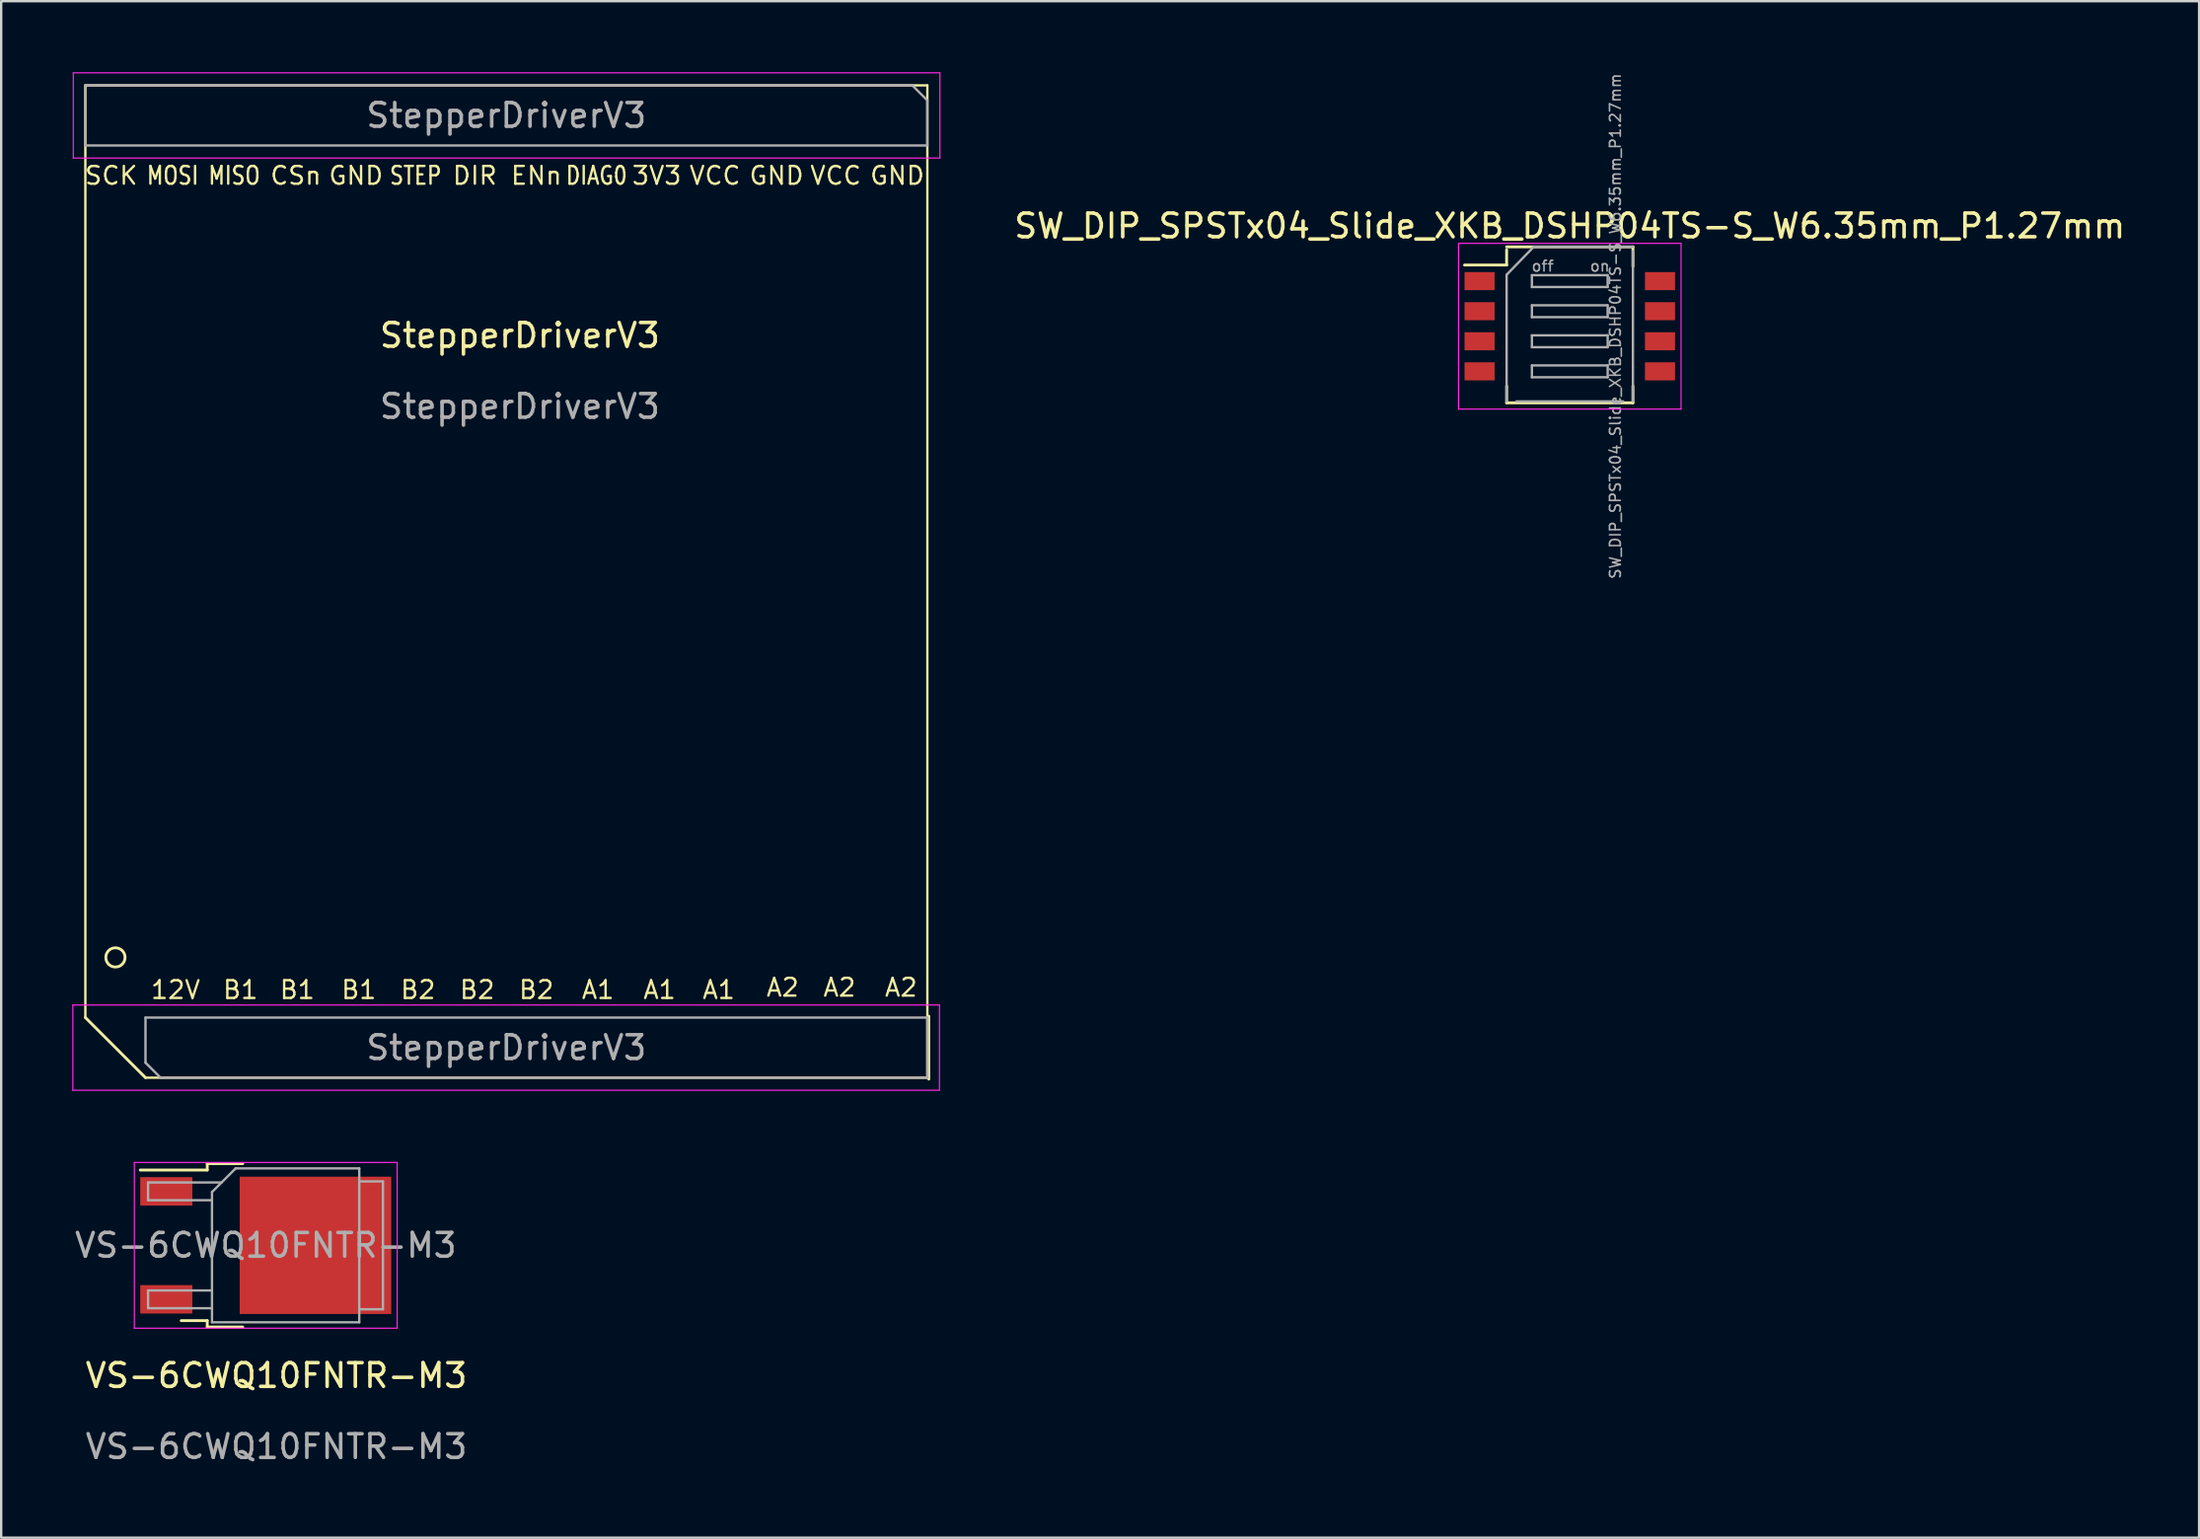
<source format=kicad_pcb>
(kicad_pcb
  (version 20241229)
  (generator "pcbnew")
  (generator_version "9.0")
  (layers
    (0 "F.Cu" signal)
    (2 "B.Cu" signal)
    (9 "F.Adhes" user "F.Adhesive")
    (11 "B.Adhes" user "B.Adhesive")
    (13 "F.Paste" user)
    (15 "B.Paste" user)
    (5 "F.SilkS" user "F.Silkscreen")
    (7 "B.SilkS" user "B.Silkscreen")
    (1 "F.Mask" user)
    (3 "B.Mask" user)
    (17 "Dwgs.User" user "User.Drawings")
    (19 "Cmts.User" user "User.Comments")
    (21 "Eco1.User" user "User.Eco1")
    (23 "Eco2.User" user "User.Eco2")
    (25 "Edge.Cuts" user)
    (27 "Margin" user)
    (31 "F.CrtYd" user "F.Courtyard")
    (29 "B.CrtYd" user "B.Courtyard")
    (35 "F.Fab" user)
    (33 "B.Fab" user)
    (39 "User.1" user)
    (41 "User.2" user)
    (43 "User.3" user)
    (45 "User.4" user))
  (footprint "VS-6CWQ10FNTR-M3"
    (layer "F.Cu")
    (at 8.623 49.545)
    (property "Reference" "VS-6CWQ10FNTR-M3" (at 0 5.5 0) (unlocked yes) (layer "F.SilkS") (effects (font (size 1 1) (thickness 0.15))))
    (attr smd)
    (fp_line (start -2.92 -3.45) (end -2.92 -3.18) (stroke (width 0.12) (type solid)) (layer "F.SilkS"))
    (fp_line (start -2.92 -3.18) (end -5.75 -3.18) (stroke (width 0.12) (type solid)) (layer "F.SilkS"))
    (fp_line (start -2.92 3.18) (end -4.02 3.18) (stroke (width 0.12) (type solid)) (layer "F.SilkS"))
    (fp_line (start -2.92 3.45) (end -2.92 3.18) (stroke (width 0.12) (type solid)) (layer "F.SilkS"))
    (fp_line (start -1.42 -3.45) (end -2.92 -3.45) (stroke (width 0.12) (type solid)) (layer "F.SilkS"))
    (fp_line (start -1.42 3.45) (end -2.92 3.45) (stroke (width 0.12) (type solid)) (layer "F.SilkS"))
    (fp_line (start -6 -3.5) (end -6 3.5) (stroke (width 0.05) (type solid)) (layer "F.CrtYd"))
    (fp_line (start -6 3.5) (end 5.1 3.5) (stroke (width 0.05) (type solid)) (layer "F.CrtYd"))
    (fp_line (start 5.1 -3.5) (end -6 -3.5) (stroke (width 0.05) (type solid)) (layer "F.CrtYd"))
    (fp_line (start 5.1 3.5) (end 5.1 -3.5) (stroke (width 0.05) (type solid)) (layer "F.CrtYd"))
    (fp_line (start -5.42 -2.655) (end -5.42 -1.905) (stroke (width 0.1) (type solid)) (layer "F.Fab"))
    (fp_line (start -5.42 -1.905) (end -2.72 -1.905) (stroke (width 0.1) (type solid)) (layer "F.Fab"))
    (fp_line (start -5.42 1.905) (end -5.42 2.655) (stroke (width 0.1) (type solid)) (layer "F.Fab"))
    (fp_line (start -5.42 2.655) (end -2.72 2.655) (stroke (width 0.1) (type solid)) (layer "F.Fab"))
    (fp_line (start -2.72 -2.25) (end -1.72 -3.25) (stroke (width 0.1) (type solid)) (layer "F.Fab"))
    (fp_line (start -2.72 1.905) (end -5.42 1.905) (stroke (width 0.1) (type solid)) (layer "F.Fab"))
    (fp_line (start -2.72 3.25) (end -2.72 -2.25) (stroke (width 0.1) (type solid)) (layer "F.Fab"))
    (fp_line (start -2.315 -2.655) (end -5.42 -2.655) (stroke (width 0.1) (type solid)) (layer "F.Fab"))
    (fp_line (start -1.72 -3.25) (end 3.5 -3.25) (stroke (width 0.1) (type solid)) (layer "F.Fab"))
    (fp_line (start 3.5 -3.25) (end 3.5 3.25) (stroke (width 0.1) (type solid)) (layer "F.Fab"))
    (fp_line (start 3.5 -2.7) (end 4.5 -2.7) (stroke (width 0.1) (type solid)) (layer "F.Fab"))
    (fp_line (start 3.5 3.25) (end -2.72 3.25) (stroke (width 0.1) (type solid)) (layer "F.Fab"))
    (fp_line (start 4.5 -2.7) (end 4.5 2.7) (stroke (width 0.1) (type solid)) (layer "F.Fab"))
    (fp_line (start 4.5 2.7) (end 3.5 2.7) (stroke (width 0.1) (type solid)) (layer "F.Fab"))
    (fp_text user "${REFERENCE}" (at -0.45 0 0) (layer "F.Fab") (effects (font (size 1 1) (thickness 0.15))))
    (fp_text user "${REFERENCE}" (at 0 8.5 0) (unlocked yes) (layer "F.Fab") (effects (font (size 1 1) (thickness 0.15))))
    (pad "" smd rect (at -0.025 -1.525) (size 3.05 2.75) (layers "F.Paste"))
    (pad "" smd rect (at -0.025 1.525) (size 3.05 2.75) (layers "F.Paste"))
    (pad "" smd rect (at 3.325 -1.525) (size 3.05 2.75) (layers "F.Paste"))
    (pad "" smd rect (at 3.325 1.525) (size 3.05 2.75) (layers "F.Paste"))
    (pad "1" smd rect (at 1.65 0) (size 6.4 5.8) (layers "F.Cu" "F.Mask"))
    (pad "2" smd rect (at -4.65 -2.28) (size 2.2 1.2) (layers "F.Cu" "F.Mask" "F.Paste"))
    (pad "2" smd rect (at -4.65 2.28) (size 2.2 1.2) (layers "F.Cu" "F.Mask" "F.Paste")))
  (footprint "StepperDriverV3"
    (layer "F.Cu")
    (at 1.825 41.195)
    (property "Reference" "StepperDriverV3" (at 17.08 -30.08 0) (unlocked yes) (layer "F.SilkS") (effects (font (size 1 1) (thickness 0.15))))
    (attr through_hole)
    (fp_line (start -1.27 -40.64) (end 34.29 -40.64) (stroke (width 0.1) (type solid)) (layer "F.SilkS"))
    (fp_line (start -1.27 -1.27) (end -1.27 -40.64) (stroke (width 0.1) (type solid)) (layer "F.SilkS"))
    (fp_line (start -1.27 -1.27) (end 1.27 1.27) (stroke (width 0.12) (type solid)) (layer "F.SilkS"))
    (fp_line (start 34.29 -40.64) (end 34.29 1.27) (stroke (width 0.1) (type solid)) (layer "F.SilkS"))
    (fp_line (start 34.29 1.27) (end 1.27 1.27) (stroke (width 0.1) (type solid)) (layer "F.SilkS"))
    (fp_line (start 34.35 1.33) (end 34.35 -1.33) (stroke (width 0.12) (type solid)) (layer "F.SilkS"))
    (fp_circle (center 0 -3.81) (end 0.406 -3.81) (stroke (width 0.12) (type solid)) (fill no) (layer "F.SilkS"))
    (fp_line (start -1.8 -1.8) (end -1.8 1.8) (stroke (width 0.05) (type solid)) (layer "F.CrtYd"))
    (fp_line (start -1.8 1.8) (end 34.8 1.8) (stroke (width 0.05) (type solid)) (layer "F.CrtYd"))
    (fp_line (start -1.78 -41.17) (end -1.78 -37.57) (stroke (width 0.05) (type solid)) (layer "F.CrtYd"))
    (fp_line (start -1.78 -37.57) (end 34.82 -37.57) (stroke (width 0.05) (type solid)) (layer "F.CrtYd"))
    (fp_line (start 34.8 -1.8) (end -1.8 -1.8) (stroke (width 0.05) (type solid)) (layer "F.CrtYd"))
    (fp_line (start 34.8 1.8) (end 34.8 -1.8) (stroke (width 0.05) (type solid)) (layer "F.CrtYd"))
    (fp_line (start 34.82 -41.17) (end -1.78 -41.17) (stroke (width 0.05) (type solid)) (layer "F.CrtYd"))
    (fp_line (start 34.82 -37.57) (end 34.82 -41.17) (stroke (width 0.05) (type solid)) (layer "F.CrtYd"))
    (fp_line (start -1.27 -40.64) (end 33.655 -40.64) (stroke (width 0.1) (type solid)) (layer "F.Fab"))
    (fp_line (start -1.27 -38.1) (end -1.27 -40.64) (stroke (width 0.1) (type solid)) (layer "F.Fab"))
    (fp_line (start 1.27 -1.27) (end 34.29 -1.27) (stroke (width 0.1) (type solid)) (layer "F.Fab"))
    (fp_line (start 1.27 0.635) (end 1.27 -1.27) (stroke (width 0.1) (type solid)) (layer "F.Fab"))
    (fp_line (start 1.905 1.27) (end 1.27 0.635) (stroke (width 0.1) (type solid)) (layer "F.Fab"))
    (fp_line (start 33.655 -40.64) (end 34.29 -40.005) (stroke (width 0.1) (type solid)) (layer "F.Fab"))
    (fp_line (start 34.29 -40.005) (end 34.29 -38.1) (stroke (width 0.1) (type solid)) (layer "F.Fab"))
    (fp_line (start 34.29 -38.1) (end -1.27 -38.1) (stroke (width 0.1) (type solid)) (layer "F.Fab"))
    (fp_line (start 34.29 -1.27) (end 34.29 1.27) (stroke (width 0.1) (type solid)) (layer "F.Fab"))
    (fp_line (start 34.29 1.27) (end 1.905 1.27) (stroke (width 0.1) (type solid)) (layer "F.Fab"))
    (fp_text user "VCC" (at 30.42 -36.83 180) (layer "F.SilkS") (effects (font (size 0.75 0.75) (thickness 0.1))))
    (fp_text user "CSn" (at 7.62 -36.83 180) (layer "F.SilkS") (effects (font (size 0.75 0.75) (thickness 0.1))))
    (fp_text user "B2" (at 17.78 -2.44 180) (layer "F.SilkS") (effects (font (size 0.75 0.75) (thickness 0.1))))
    (fp_text user "DIAG0" (at 20.32 -36.83 180) (layer "F.SilkS") (effects (font (size 0.75 0.6) (thickness 0.1))))
    (fp_text user "A2" (at 33.18 -2.54 180) (layer "F.SilkS") (effects (font (size 0.75 0.75) (thickness 0.1))))
    (fp_text user "SCK" (at -0.18 -36.83 180) (layer "F.SilkS") (effects (font (size 0.75 0.75) (thickness 0.1))))
    (fp_text user "B1" (at 10.28 -2.44 180) (layer "F.SilkS") (effects (font (size 0.75 0.75) (thickness 0.1))))
    (fp_text user "12V" (at 2.54 -2.44 180) (layer "F.SilkS") (effects (font (size 0.75 0.75) (thickness 0.1))))
    (fp_text user "GND" (at 10.16 -36.83 180) (layer "F.SilkS") (effects (font (size 0.75 0.75) (thickness 0.1))))
    (fp_text user "GND" (at 27.92 -36.83 180) (layer "F.SilkS") (effects (font (size 0.75 0.75) (thickness 0.1))))
    (fp_text user "ENn" (at 17.78 -36.83 180) (layer "F.SilkS") (effects (font (size 0.75 0.75) (thickness 0.1))))
    (fp_text user "3V3" (at 22.86 -36.83 180) (layer "F.SilkS") (effects (font (size 0.75 0.75) (thickness 0.1))))
    (fp_text user "A2" (at 30.58 -2.54 180) (layer "F.SilkS") (effects (font (size 0.75 0.75) (thickness 0.1))))
    (fp_text user "DIR" (at 15.18 -36.83 180) (layer "F.SilkS") (effects (font (size 0.75 0.75) (thickness 0.1))))
    (fp_text user "A2" (at 28.18 -2.54 180) (layer "F.SilkS") (effects (font (size 0.75 0.75) (thickness 0.1))))
    (fp_text user "VCC" (at 25.32 -36.83 180) (layer "F.SilkS") (effects (font (size 0.75 0.75) (thickness 0.1))))
    (fp_text user "B1" (at 7.68 -2.44 180) (layer "F.SilkS") (effects (font (size 0.75 0.75) (thickness 0.1))))
    (fp_text user "MOSI" (at 2.42 -36.83 180) (layer "F.SilkS") (effects (font (size 0.75 0.6) (thickness 0.1))))
    (fp_text user "A1" (at 22.98 -2.44 180) (layer "F.SilkS") (effects (font (size 0.75 0.75) (thickness 0.1))))
    (fp_text user "B1" (at 5.28 -2.44 180) (layer "F.SilkS") (effects (font (size 0.75 0.75) (thickness 0.1))))
    (fp_text user "B2" (at 15.28 -2.44 180) (layer "F.SilkS") (effects (font (size 0.75 0.75) (thickness 0.1))))
    (fp_text user "MISO" (at 5.02 -36.83 180) (layer "F.SilkS") (effects (font (size 0.75 0.6) (thickness 0.1))))
    (fp_text user "B2" (at 12.78 -2.44 180) (layer "F.SilkS") (effects (font (size 0.75 0.75) (thickness 0.1))))
    (fp_text user "A1" (at 20.38 -2.44 180) (layer "F.SilkS") (effects (font (size 0.75 0.75) (thickness 0.1))))
    (fp_text user "A1" (at 25.48 -2.44 180) (layer "F.SilkS") (effects (font (size 0.75 0.75) (thickness 0.1))))
    (fp_text user "STEP" (at 12.68 -36.83 180) (layer "F.SilkS") (effects (font (size 0.75 0.6) (thickness 0.1))))
    (fp_text user "GND" (at 33.02 -36.83 180) (layer "F.SilkS") (effects (font (size 0.75 0.75) (thickness 0.1))))
    (fp_text user "${REFERENCE}" (at 17.08 -27.08 0) (unlocked yes) (layer "F.Fab") (effects (font (size 1 1) (thickness 0.15))))
    (fp_text user "${REFERENCE}" (at 16.51 0 0) (layer "F.Fab") (effects (font (size 1 1) (thickness 0.15))))
    (fp_text user "${REFERENCE}" (at 16.51 -39.37 0) (layer "F.Fab") (effects (font (size 1 1) (thickness 0.15)))))
  (footprint "SW_DIP_SPSTx04_Slide_XKB_DSHP04TS-S_W6.35mm_P1.27mm"
    (layer "F.Cu")
    (at 63.247 10.728)
    (property "Reference" "SW_DIP_SPSTx04_Slide_XKB_DSHP04TS-S_W6.35mm_P1.27mm" (at 0 -4.235 0) (layer "F.SilkS") (effects (font (size 1 1) (thickness 0.15))))
    (attr smd)
    (fp_line (start -4.445 -2.585) (end -2.667 -2.585) (stroke (width 0.12) (type solid)) (layer "F.SilkS"))
    (fp_line (start -2.667 -3.353) (end 2.667 -3.353) (stroke (width 0.12) (type solid)) (layer "F.SilkS"))
    (fp_line (start -2.667 -3.235) (end -2.667 -2.585) (stroke (width 0.12) (type solid)) (layer "F.SilkS"))
    (fp_line (start -2.667 2.525) (end -2.667 3.235) (stroke (width 0.12) (type solid)) (layer "F.SilkS"))
    (fp_line (start -2.667 3.235) (end 2.667 3.235) (stroke (width 0.12) (type solid)) (layer "F.SilkS"))
    (fp_line (start 2.667 -3.353) (end 2.667 -2.525) (stroke (width 0.12) (type solid)) (layer "F.SilkS"))
    (fp_line (start 2.667 2.525) (end 2.667 3.235) (stroke (width 0.12) (type solid)) (layer "F.SilkS"))
    (fp_line (start -4.699 -3.5) (end -4.699 3.5) (stroke (width 0.05) (type solid)) (layer "F.CrtYd"))
    (fp_line (start -4.699 3.5) (end 4.699 3.5) (stroke (width 0.05) (type solid)) (layer "F.CrtYd"))
    (fp_line (start 4.699 -3.5) (end -4.699 -3.5) (stroke (width 0.05) (type solid)) (layer "F.CrtYd"))
    (fp_line (start 4.699 3.5) (end 4.699 -3.5) (stroke (width 0.05) (type solid)) (layer "F.CrtYd"))
    (fp_line (start -2.667 -2.175) (end -1.524 -3.353) (stroke (width 0.1) (type solid)) (layer "F.Fab"))
    (fp_line (start -2.667 3.175) (end -2.667 -2.175) (stroke (width 0.1) (type solid)) (layer "F.Fab"))
    (fp_line (start -1.6 -2.155) (end -1.6 -1.655) (stroke (width 0.1) (type solid)) (layer "F.Fab"))
    (fp_line (start -1.6 -1.655) (end 1.6 -1.655) (stroke (width 0.1) (type solid)) (layer "F.Fab"))
    (fp_line (start -1.6 -0.885) (end -1.6 -0.385) (stroke (width 0.1) (type solid)) (layer "F.Fab"))
    (fp_line (start -1.6 -0.385) (end 1.6 -0.385) (stroke (width 0.1) (type solid)) (layer "F.Fab"))
    (fp_line (start -1.6 0.385) (end -1.6 0.885) (stroke (width 0.1) (type solid)) (layer "F.Fab"))
    (fp_line (start -1.6 0.885) (end 1.6 0.885) (stroke (width 0.1) (type solid)) (layer "F.Fab"))
    (fp_line (start -1.6 1.655) (end -1.6 2.155) (stroke (width 0.1) (type solid)) (layer "F.Fab"))
    (fp_line (start -1.6 2.155) (end 1.6 2.155) (stroke (width 0.1) (type solid)) (layer "F.Fab"))
    (fp_line (start -1.524 -3.353) (end 2.667 -3.353) (stroke (width 0.1) (type solid)) (layer "F.Fab"))
    (fp_line (start 1.6 -2.155) (end -1.6 -2.155) (stroke (width 0.1) (type solid)) (layer "F.Fab"))
    (fp_line (start 1.6 -1.655) (end 1.6 -2.155) (stroke (width 0.1) (type solid)) (layer "F.Fab"))
    (fp_line (start 1.6 -0.885) (end -1.6 -0.885) (stroke (width 0.1) (type solid)) (layer "F.Fab"))
    (fp_line (start 1.6 -0.385) (end 1.6 -0.885) (stroke (width 0.1) (type solid)) (layer "F.Fab"))
    (fp_line (start 1.6 0.385) (end -1.6 0.385) (stroke (width 0.1) (type solid)) (layer "F.Fab"))
    (fp_line (start 1.6 0.885) (end 1.6 0.385) (stroke (width 0.1) (type solid)) (layer "F.Fab"))
    (fp_line (start 1.6 1.655) (end -1.6 1.655) (stroke (width 0.1) (type solid)) (layer "F.Fab"))
    (fp_line (start 1.6 2.155) (end 1.6 1.655) (stroke (width 0.1) (type solid)) (layer "F.Fab"))
    (fp_line (start 2.25 3.175) (end -2.25 3.175) (stroke (width 0.1) (type solid)) (layer "F.Fab"))
    (fp_line (start 2.667 -3.175) (end 2.667 3.175) (stroke (width 0.1) (type solid)) (layer "F.Fab"))
    (fp_text user "on" (at 1.27 -2.54 0) (layer "F.Fab") (effects (font (size 0.455 0.455) (thickness 0.068))))
    (fp_text user "off" (at -1.143 -2.54 0) (layer "F.Fab") (effects (font (size 0.455 0.455) (thickness 0.068))))
    (fp_text user "${REFERENCE}" (at 1.925 0 90) (layer "F.Fab") (effects (font (size 0.455 0.455) (thickness 0.068))))
    (pad "1" smd rect (at -3.81 -1.905) (size 1.27 0.762) (layers "F.Cu" "F.Mask" "F.Paste"))
    (pad "2" smd rect (at -3.81 -0.635) (size 1.27 0.762) (layers "F.Cu" "F.Mask" "F.Paste"))
    (pad "3" smd rect (at -3.81 0.635) (size 1.27 0.762) (layers "F.Cu" "F.Mask" "F.Paste"))
    (pad "4" smd rect (at -3.81 1.905) (size 1.27 0.762) (layers "F.Cu" "F.Mask" "F.Paste"))
    (pad "5" smd rect (at 3.81 1.905) (size 1.27 0.762) (layers "F.Cu" "F.Mask" "F.Paste"))
    (pad "6" smd rect (at 3.81 0.635) (size 1.27 0.762) (layers "F.Cu" "F.Mask" "F.Paste"))
    (pad "7" smd rect (at 3.81 -0.635) (size 1.27 0.762) (layers "F.Cu" "F.Mask" "F.Paste"))
    (pad "8" smd rect (at 3.81 -1.905) (size 1.27 0.762) (layers "F.Cu" "F.Mask" "F.Paste")))
  (gr_rect
    (start -3 -3)
    (end 89.825 61.893)
    (stroke (width 0.1) (type default))
    (fill no)
    (layer "Edge.Cuts")))
</source>
